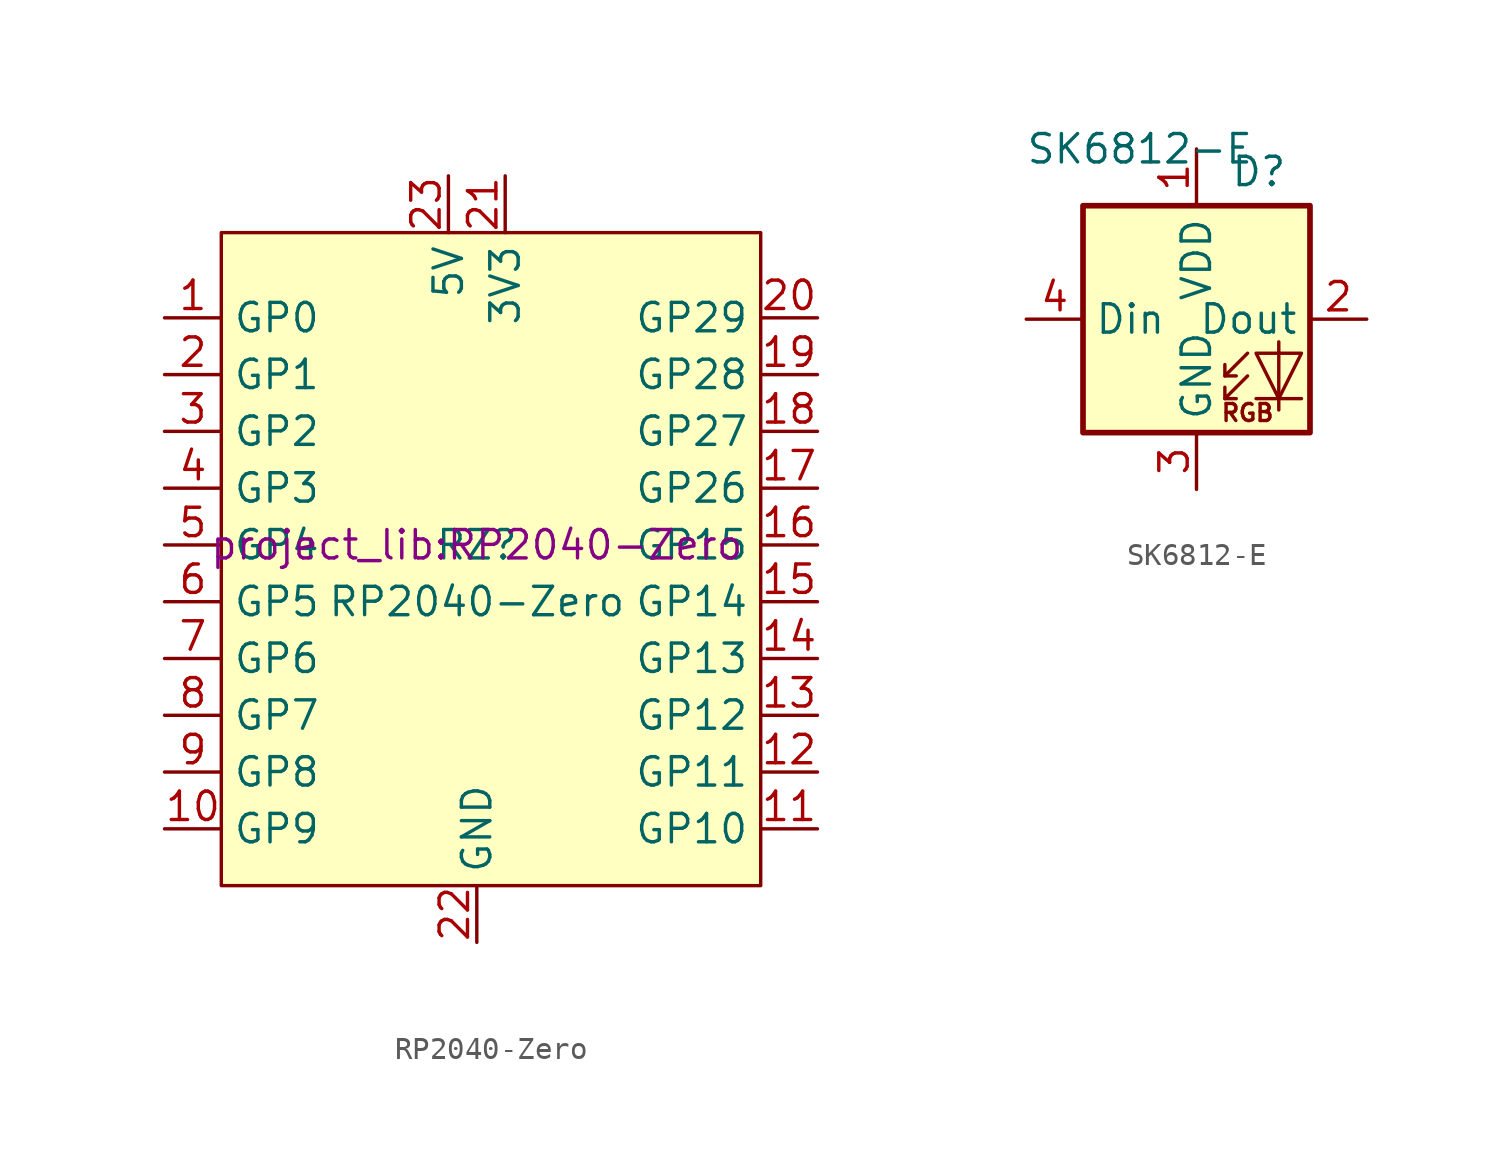
<source format=kicad_sym>
(kicad_symbol_lib
  (version 20241209)
  (generator "kicad_symbol_editor")
  (generator_version "9.0")
  (symbol "RP2040-Zero"
    (property "Reference" "RZ"
      (at 0 0 0)
      (effects (font (size 1.27 1.27))))
    (property "Value" "RP2040-Zero"
      (at 0 -2.54 0)
      (effects (font (size 1.27 1.27))))
    (property "Footprint" "project_lib:RP2040-Zero"
      (at 0 0 0)
      (effects (font (size 1.27 1.27))))
    (symbol "RP2040-Zero_0_1"
      (rectangle (start -11.43 -15.24) (end 12.7 13.97) (stroke (width 0) (type default)) (fill (type background))))
    (symbol "RP2040-Zero_1_1"
      (pin bidirectional line (at -13.97 10.16 0) (length 2.54) (name "GP0" (effects (font (size 1.27 1.27)))) (number "1" (effects (font (size 1.27 1.27)))))
      (pin bidirectional line (at -13.97 7.62 0) (length 2.54) (name "GP1" (effects (font (size 1.27 1.27)))) (number "2" (effects (font (size 1.27 1.27)))))
      (pin bidirectional line (at -13.97 5.08 0) (length 2.54) (name "GP2" (effects (font (size 1.27 1.27)))) (number "3" (effects (font (size 1.27 1.27)))))
      (pin bidirectional line (at -13.97 2.54 0) (length 2.54) (name "GP3" (effects (font (size 1.27 1.27)))) (number "4" (effects (font (size 1.27 1.27)))))
      (pin bidirectional line (at -13.97 0 0) (length 2.54) (name "GP4" (effects (font (size 1.27 1.27)))) (number "5" (effects (font (size 1.27 1.27)))))
      (pin bidirectional line (at -13.97 -2.54 0) (length 2.54) (name "GP5" (effects (font (size 1.27 1.27)))) (number "6" (effects (font (size 1.27 1.27)))))
      (pin bidirectional line (at -13.97 -5.08 0) (length 2.54) (name "GP6" (effects (font (size 1.27 1.27)))) (number "7" (effects (font (size 1.27 1.27)))))
      (pin bidirectional line (at -13.97 -7.62 0) (length 2.54) (name "GP7" (effects (font (size 1.27 1.27)))) (number "8" (effects (font (size 1.27 1.27)))))
      (pin bidirectional line (at -13.97 -10.16 0) (length 2.54) (name "GP8" (effects (font (size 1.27 1.27)))) (number "9" (effects (font (size 1.27 1.27)))))
      (pin bidirectional line (at -13.97 -12.7 0) (length 2.54) (name "GP9" (effects (font (size 1.27 1.27)))) (number "10" (effects (font (size 1.27 1.27)))))
      (pin power_in line (at -1.27 16.51 270) (length 2.54) (name "5V" (effects (font (size 1.27 1.27)))) (number "23" (effects (font (size 1.27 1.27)))))
      (pin power_in line (at 0 -17.78 90) (length 2.54) (name "GND" (effects (font (size 1.27 1.27)))) (number "22" (effects (font (size 1.27 1.27)))))
      (pin power_in line (at 1.27 16.51 270) (length 2.54) (name "3V3" (effects (font (size 1.27 1.27)))) (number "21" (effects (font (size 1.27 1.27)))))
      (pin bidirectional line (at 15.24 10.16 180) (length 2.54) (name "GP29" (effects (font (size 1.27 1.27)))) (number "20" (effects (font (size 1.27 1.27)))))
      (pin bidirectional line (at 15.24 7.62 180) (length 2.54) (name "GP28" (effects (font (size 1.27 1.27)))) (number "19" (effects (font (size 1.27 1.27)))))
      (pin bidirectional line (at 15.24 5.08 180) (length 2.54) (name "GP27" (effects (font (size 1.27 1.27)))) (number "18" (effects (font (size 1.27 1.27)))))
      (pin bidirectional line (at 15.24 2.54 180) (length 2.54) (name "GP26" (effects (font (size 1.27 1.27)))) (number "17" (effects (font (size 1.27 1.27)))))
      (pin bidirectional line (at 15.24 0 180) (length 2.54) (name "GP15" (effects (font (size 1.27 1.27)))) (number "16" (effects (font (size 1.27 1.27)))))
      (pin bidirectional line (at 15.24 -2.54 180) (length 2.54) (name "GP14" (effects (font (size 1.27 1.27)))) (number "15" (effects (font (size 1.27 1.27)))))
      (pin bidirectional line (at 15.24 -5.08 180) (length 2.54) (name "GP13" (effects (font (size 1.27 1.27)))) (number "14" (effects (font (size 1.27 1.27)))))
      (pin bidirectional line (at 15.24 -7.62 180) (length 2.54) (name "GP12" (effects (font (size 1.27 1.27)))) (number "13" (effects (font (size 1.27 1.27)))))
      (pin bidirectional line (at 15.24 -10.16 180) (length 2.54) (name "GP11" (effects (font (size 1.27 1.27)))) (number "12" (effects (font (size 1.27 1.27)))))
      (pin bidirectional line (at 15.24 -12.7 180) (length 2.54) (name "GP10" (effects (font (size 1.27 1.27)))) (number "11" (effects (font (size 1.27 1.27)))))))
  (symbol "SK6812-E"
    (property "Reference" "D"
      (at 2.794 6.604 0)
      (effects (font (size 1.27 1.27))))
    (property "Value" "SK6812-E"
      (at -2.54 7.62 0)
      (effects (font (size 1.27 1.27))))
    (symbol "SK6812-E_0_0"
      (text "RGB" (at 2.286 -4.191 0) (effects (font (size 0.762 0.762)))))
    (symbol "SK6812-E_0_1"
      (rectangle (start -5.08 5.08) (end 5.08 -5.08) (stroke (width 0.254) (type default)) (fill (type background)))
      (polyline (pts (xy 1.27 -2.54) (xy 1.778 -2.54)) (stroke (width 0) (type default)) (fill (type none)))
      (polyline (pts (xy 1.27 -3.556) (xy 1.778 -3.556)) (stroke (width 0) (type default)) (fill (type none)))
      (polyline (pts (xy 2.286 -1.524) (xy 1.27 -2.54) (xy 1.27 -2.032)) (stroke (width 0) (type default)) (fill (type none)))
      (polyline (pts (xy 2.286 -2.54) (xy 1.27 -3.556) (xy 1.27 -3.048)) (stroke (width 0) (type default)) (fill (type none)))
      (polyline (pts (xy 3.683 -1.016) (xy 3.683 -3.556) (xy 3.683 -4.064)) (stroke (width 0) (type default)) (fill (type none)))
      (polyline (pts (xy 4.699 -1.524) (xy 2.667 -1.524) (xy 3.683 -3.556) (xy 4.699 -1.524)) (stroke (width 0) (type default)) (fill (type none)))
      (polyline (pts (xy 4.699 -3.556) (xy 2.667 -3.556)) (stroke (width 0) (type default)) (fill (type none))))
    (symbol "SK6812-E_1_1"
      (pin input line (at -7.62 0 0) (length 2.54) (name "Din" (effects (font (size 1.27 1.27)))) (number "4" (effects (font (size 1.27 1.27)))))
      (pin power_in line (at 0 7.62 270) (length 2.54) (name "VDD" (effects (font (size 1.27 1.27)))) (number "1" (effects (font (size 1.27 1.27)))))
      (pin power_in line (at 0 -7.62 90) (length 2.54) (name "GND" (effects (font (size 1.27 1.27)))) (number "3" (effects (font (size 1.27 1.27)))))
      (pin output line (at 7.62 0 180) (length 2.54) (name "Dout" (effects (font (size 1.27 1.27)))) (number "2" (effects (font (size 1.27 1.27))))))))
</source>
